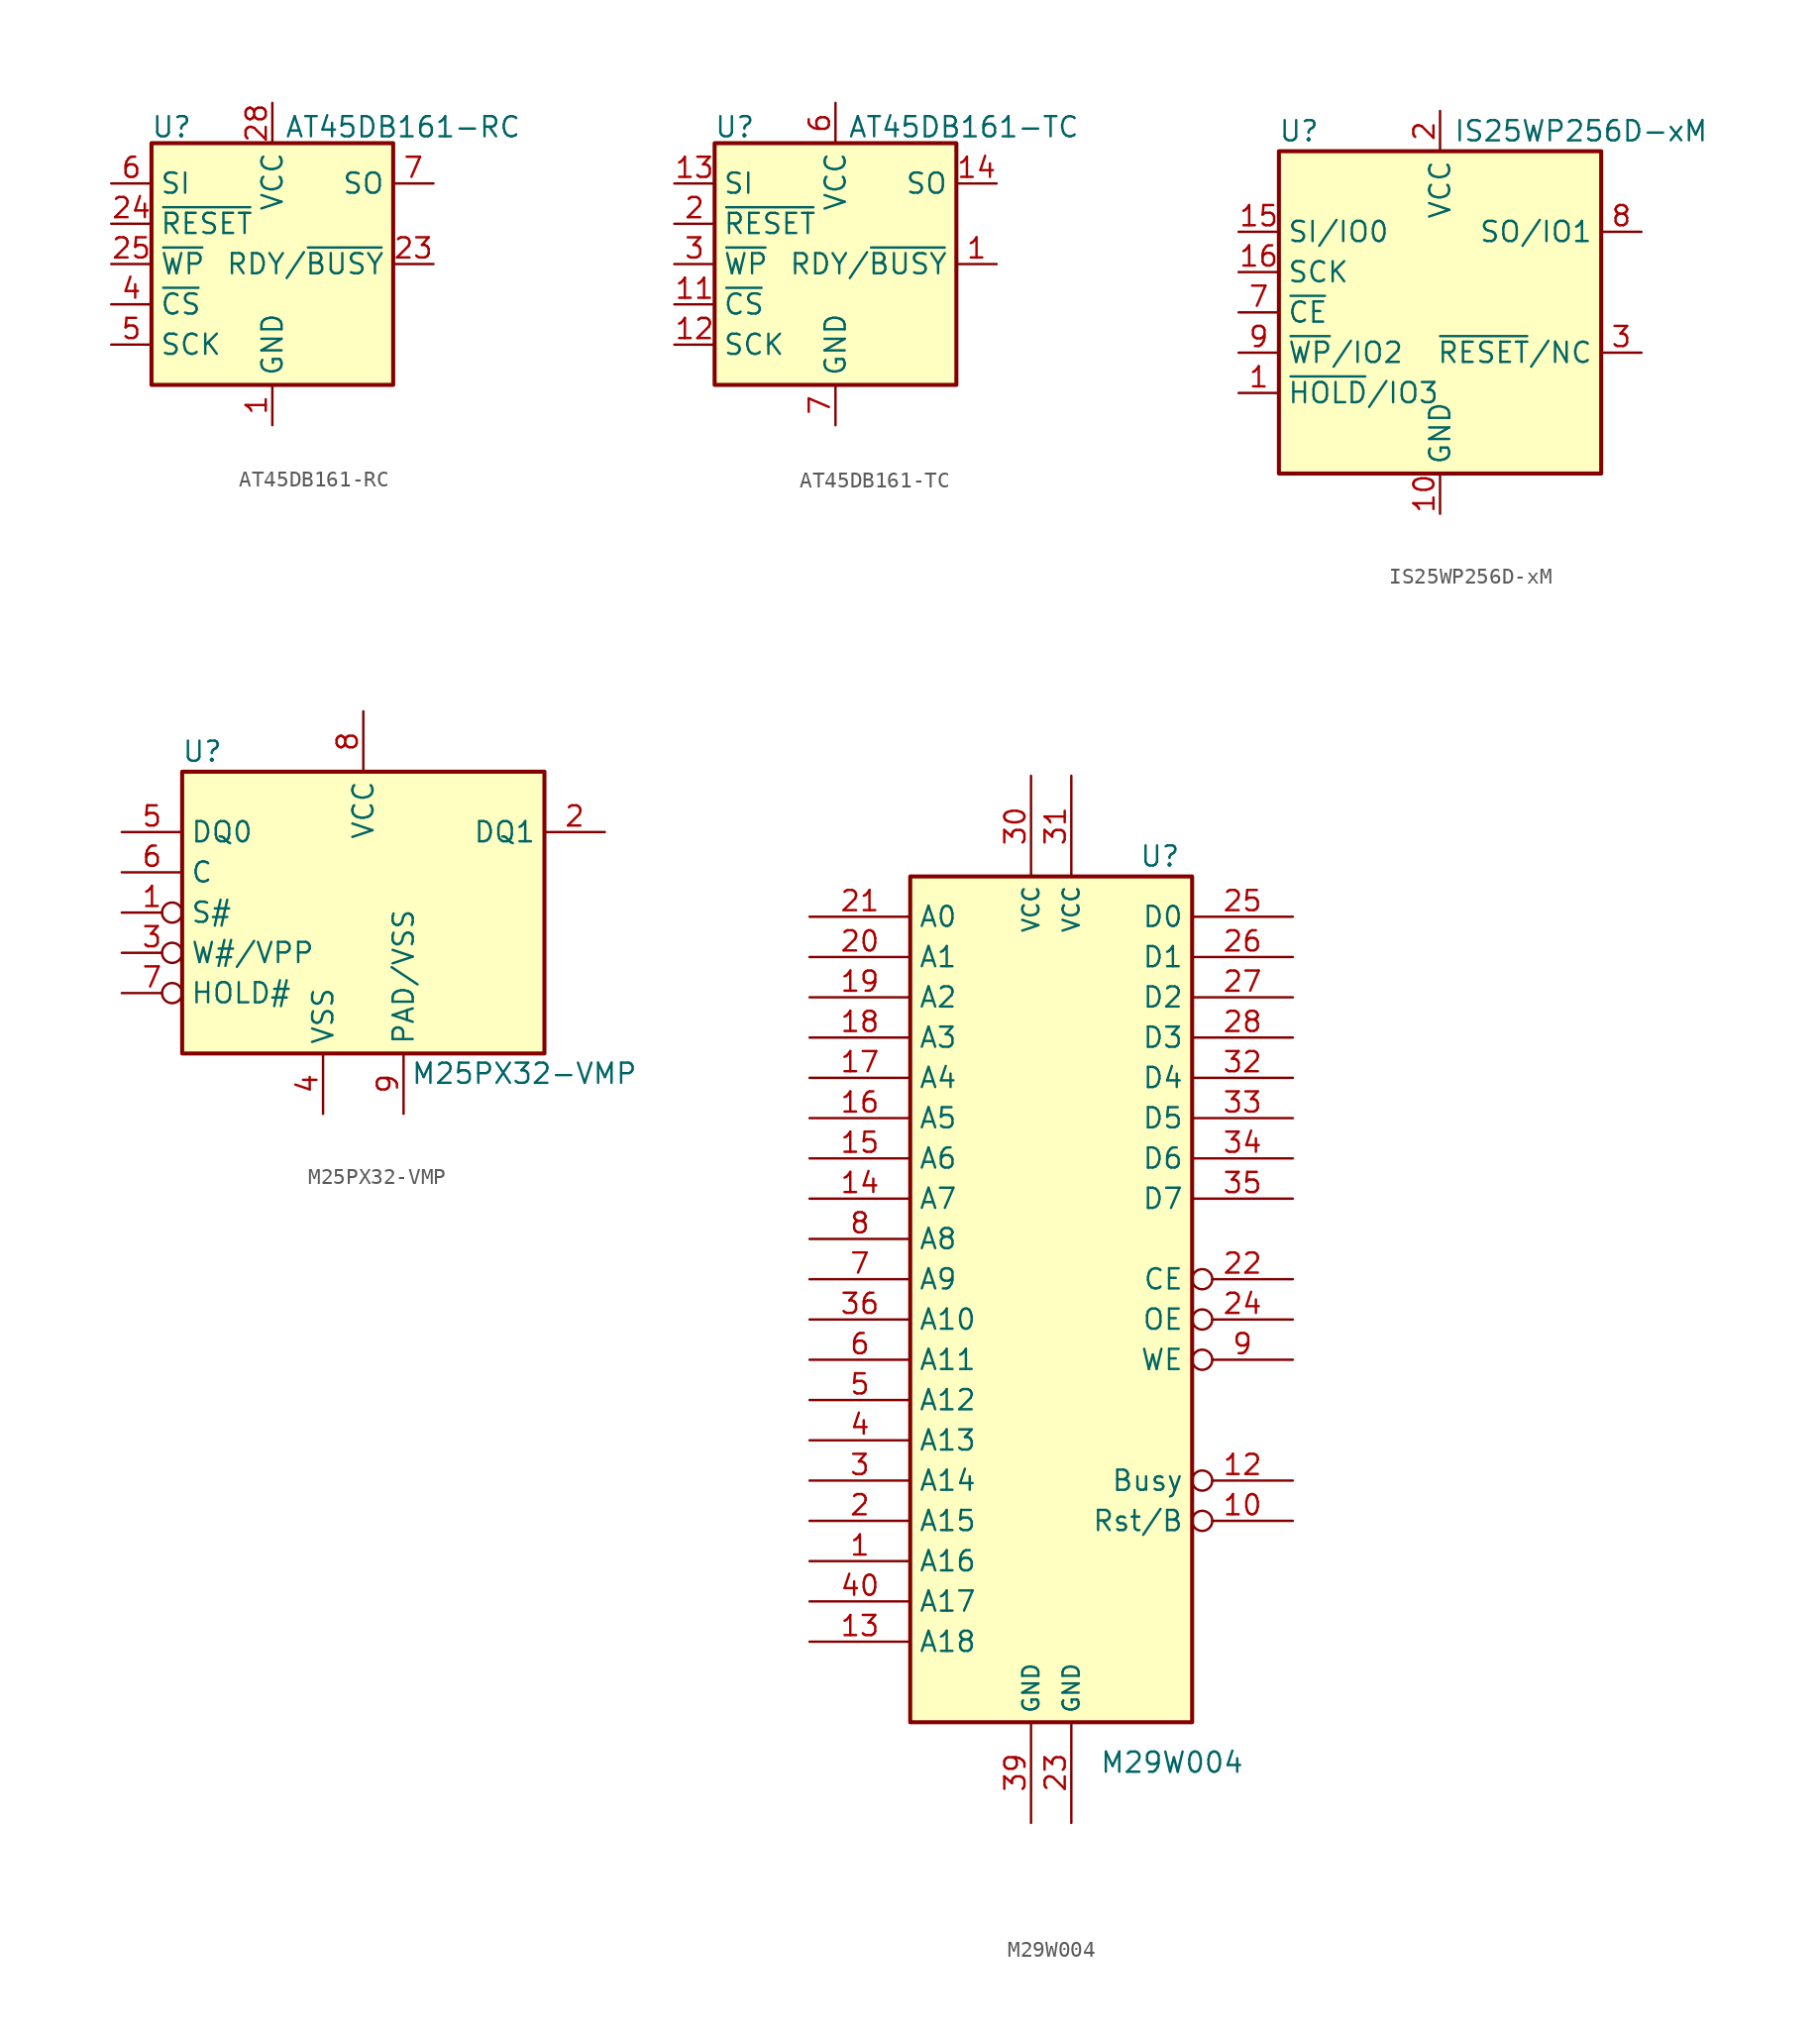
<source format=kicad_sym>
(kicad_symbol_lib
  (version 20200820)
  (host kicad_symbol_editor "5.99.0-a2341f0f33-1-1")
  (symbol "Memory_Flash:AT45DB161-RC"
    (pin_names
      (offset 0.508))
    (property "Reference" "U"
      (at -6.35 8.636 0)
      (effects (font (size 1.27 1.27))))
    (property "Value" "AT45DB161-RC"
      (at 0.762 8.636 0)
      (effects (font (size 1.27 1.27)) (justify left)))
    (symbol "AT45DB161-RC_0_1"
      (rectangle (start -7.62 7.62) (end 7.62 -7.62) (stroke (width 0.254)) (fill (type background))))
    (symbol "AT45DB161-RC_1_1"
      (pin power_in line (at 0 -10.16 90) (length 2.54) (name "GND" (effects (font (size 1.27 1.27)))) (number "1" (effects (font (size 1.27 1.27)))))
      (pin output line (at 10.16 0 180) (length 2.54) (name "RDY/~BUSY" (effects (font (size 1.27 1.27)))) (number "23" (effects (font (size 1.27 1.27)))))
      (pin input line (at -10.16 2.54 0) (length 2.54) (name "~RESET" (effects (font (size 1.27 1.27)))) (number "24" (effects (font (size 1.27 1.27)))))
      (pin input line (at -10.16 0 0) (length 2.54) (name "~WP" (effects (font (size 1.27 1.27)))) (number "25" (effects (font (size 1.27 1.27)))))
      (pin power_in line (at 0 10.16 270) (length 2.54) (name "VCC" (effects (font (size 1.27 1.27)))) (number "28" (effects (font (size 1.27 1.27)))))
      (pin input line (at -10.16 -2.54 0) (length 2.54) (name "~CS" (effects (font (size 1.27 1.27)))) (number "4" (effects (font (size 1.27 1.27)))))
      (pin input line (at -10.16 -5.08 0) (length 2.54) (name "SCK" (effects (font (size 1.27 1.27)))) (number "5" (effects (font (size 1.27 1.27)))))
      (pin input line (at -10.16 5.08 0) (length 2.54) (name "SI" (effects (font (size 1.27 1.27)))) (number "6" (effects (font (size 1.27 1.27)))))
      (pin output line (at 10.16 5.08 180) (length 2.54) (name "SO" (effects (font (size 1.27 1.27)))) (number "7" (effects (font (size 1.27 1.27)))))))
  (symbol "Memory_Flash:AT45DB161-TC"
    (pin_names
      (offset 0.508))
    (property "Reference" "U"
      (at -6.35 8.636 0)
      (effects (font (size 1.27 1.27))))
    (property "Value" "AT45DB161-TC"
      (at 0.762 8.636 0)
      (effects (font (size 1.27 1.27)) (justify left)))
    (symbol "AT45DB161-TC_0_1"
      (rectangle (start -7.62 7.62) (end 7.62 -7.62) (stroke (width 0.254)) (fill (type background))))
    (symbol "AT45DB161-TC_1_1"
      (pin output line (at 10.16 0 180) (length 2.54) (name "RDY/~BUSY" (effects (font (size 1.27 1.27)))) (number "1" (effects (font (size 1.27 1.27)))))
      (pin input line (at -10.16 -2.54 0) (length 2.54) (name "~CS" (effects (font (size 1.27 1.27)))) (number "11" (effects (font (size 1.27 1.27)))))
      (pin input line (at -10.16 -5.08 0) (length 2.54) (name "SCK" (effects (font (size 1.27 1.27)))) (number "12" (effects (font (size 1.27 1.27)))))
      (pin input line (at -10.16 5.08 0) (length 2.54) (name "SI" (effects (font (size 1.27 1.27)))) (number "13" (effects (font (size 1.27 1.27)))))
      (pin output line (at 10.16 5.08 180) (length 2.54) (name "SO" (effects (font (size 1.27 1.27)))) (number "14" (effects (font (size 1.27 1.27)))))
      (pin input line (at -10.16 2.54 0) (length 2.54) (name "~RESET" (effects (font (size 1.27 1.27)))) (number "2" (effects (font (size 1.27 1.27)))))
      (pin input line (at -10.16 0 0) (length 2.54) (name "~WP" (effects (font (size 1.27 1.27)))) (number "3" (effects (font (size 1.27 1.27)))))
      (pin power_in line (at 0 10.16 270) (length 2.54) (name "VCC" (effects (font (size 1.27 1.27)))) (number "6" (effects (font (size 1.27 1.27)))))
      (pin power_in line (at 0 -10.16 90) (length 2.54) (name "GND" (effects (font (size 1.27 1.27)))) (number "7" (effects (font (size 1.27 1.27)))))))
  (symbol "Memory_Flash:IS25WP256D-xM"
    (pin_names
      (offset 0.508))
    (property "Reference" "U"
      (at -8.89 11.43 0)
      (effects (font (size 1.27 1.27))))
    (property "Value" "IS25WP256D-xM"
      (at 8.89 11.43 0)
      (effects (font (size 1.27 1.27))))
    (symbol "IS25WP256D-xM_0_1"
      (rectangle (start 10.16 -10.16) (end -10.16 10.16) (stroke (width 0.254)) (fill (type background)))
      (pin bidirectional line (at -12.7 -5.08 0) (length 2.54) (name "~HOLD~/IO3" (effects (font (size 1.27 1.27)))) (number "1" (effects (font (size 1.27 1.27)))))
      (pin power_in line (at 0 -12.7 90) (length 2.54) (name "GND" (effects (font (size 1.27 1.27)))) (number "10" (effects (font (size 1.27 1.27)))))
      (pin unconnected line (at 10.16 0 180) (length 2.54) hide (name "NC" (effects (font (size 1.27 1.27)))) (number "11" (effects (font (size 1.27 1.27)))))
      (pin unconnected line (at 10.16 -5.08 180) (length 2.54) hide (name "NC" (effects (font (size 1.27 1.27)))) (number "12" (effects (font (size 1.27 1.27)))))
      (pin unconnected line (at 10.16 7.62 180) (length 2.54) hide (name "NC" (effects (font (size 1.27 1.27)))) (number "13" (effects (font (size 1.27 1.27)))))
      (pin unconnected line (at 10.16 -7.62 180) (length 2.54) hide (name "NC" (effects (font (size 1.27 1.27)))) (number "14" (effects (font (size 1.27 1.27)))))
      (pin bidirectional line (at -12.7 5.08 0) (length 2.54) (name "SI/IO0" (effects (font (size 1.27 1.27)))) (number "15" (effects (font (size 1.27 1.27)))))
      (pin input line (at -12.7 2.54 0) (length 2.54) (name "SCK" (effects (font (size 1.27 1.27)))) (number "16" (effects (font (size 1.27 1.27)))))
      (pin power_in line (at 0 12.7 270) (length 2.54) (name "VCC" (effects (font (size 1.27 1.27)))) (number "2" (effects (font (size 1.27 1.27)))))
      (pin input line (at 12.7 -2.54 180) (length 2.54) (name "~RESET~/NC" (effects (font (size 1.27 1.27)))) (number "3" (effects (font (size 1.27 1.27)))))
      (pin unconnected line (at -10.16 7.62 0) (length 2.54) hide (name "NC" (effects (font (size 1.27 1.27)))) (number "4" (effects (font (size 1.27 1.27)))))
      (pin unconnected line (at -10.16 -7.62 0) (length 2.54) hide (name "NC" (effects (font (size 1.27 1.27)))) (number "5" (effects (font (size 1.27 1.27)))))
      (pin unconnected line (at 10.16 2.54 180) (length 2.54) hide (name "NC" (effects (font (size 1.27 1.27)))) (number "6" (effects (font (size 1.27 1.27)))))
      (pin input line (at -12.7 0 0) (length 2.54) (name "~CE" (effects (font (size 1.27 1.27)))) (number "7" (effects (font (size 1.27 1.27)))))
      (pin bidirectional line (at 12.7 5.08 180) (length 2.54) (name "SO/IO1" (effects (font (size 1.27 1.27)))) (number "8" (effects (font (size 1.27 1.27)))))
      (pin bidirectional line (at -12.7 -2.54 0) (length 2.54) (name "~WP~/IO2" (effects (font (size 1.27 1.27)))) (number "9" (effects (font (size 1.27 1.27)))))))
  (symbol "Memory_Flash:M25PX32-VMP"
    (pin_names
      (offset 0.508))
    (property "Reference" "U"
      (at -10.16 10.16 0)
      (effects (font (size 1.27 1.27))))
    (property "Value" "M25PX32-VMP"
      (at 10.16 -10.16 0)
      (effects (font (size 1.27 1.27))))
    (symbol "M25PX32-VMP_0_1"
      (rectangle (start -11.43 8.89) (end 11.43 -8.89) (stroke (width 0.254)) (fill (type background))))
    (symbol "M25PX32-VMP_1_1"
      (pin input inverted (at -15.24 0 0) (length 3.81) (name "S#" (effects (font (size 1.27 1.27)))) (number "1" (effects (font (size 1.27 1.27)))))
      (pin bidirectional line (at 15.24 5.08 180) (length 3.81) (name "DQ1" (effects (font (size 1.27 1.27)))) (number "2" (effects (font (size 1.27 1.27)))))
      (pin input inverted (at -15.24 -2.54 0) (length 3.81) (name "W#/VPP" (effects (font (size 1.27 1.27)))) (number "3" (effects (font (size 1.27 1.27)))))
      (pin power_in line (at -2.54 -12.7 90) (length 3.81) (name "VSS" (effects (font (size 1.27 1.27)))) (number "4" (effects (font (size 1.27 1.27)))))
      (pin bidirectional line (at -15.24 5.08 0) (length 3.81) (name "DQ0" (effects (font (size 1.27 1.27)))) (number "5" (effects (font (size 1.27 1.27)))))
      (pin input line (at -15.24 2.54 0) (length 3.81) (name "C" (effects (font (size 1.27 1.27)))) (number "6" (effects (font (size 1.27 1.27)))))
      (pin input inverted (at -15.24 -5.08 0) (length 3.81) (name "HOLD#" (effects (font (size 1.27 1.27)))) (number "7" (effects (font (size 1.27 1.27)))))
      (pin power_in line (at 0 12.7 270) (length 3.81) (name "VCC" (effects (font (size 1.27 1.27)))) (number "8" (effects (font (size 1.27 1.27)))))
      (pin power_in line (at 2.54 -12.7 90) (length 3.81) (name "PAD/VSS" (effects (font (size 1.27 1.27)))) (number "9" (effects (font (size 1.27 1.27)))))))
  (symbol "Memory_Flash:M29W004"
    (pin_names
      (offset 0.508))
    (property "Reference" "U"
      (at 6.858 27.94 0)
      (effects (font (size 1.27 1.27))))
    (property "Value" "M29W004"
      (at 7.62 -29.21 0)
      (effects (font (size 1.27 1.27))))
    (symbol "M29W004_0_1"
      (rectangle (start -8.89 26.67) (end 8.89 -26.67) (stroke (width 0.254)) (fill (type background))))
    (symbol "M29W004_1_1"
      (pin input line (at -15.24 -16.51 0) (length 6.35) (name "A16" (effects (font (size 1.27 1.27)))) (number "1" (effects (font (size 1.27 1.27)))))
      (pin input inverted (at 15.24 -13.97 180) (length 6.35) (name "Rst/B" (effects (font (size 1.27 1.27)))) (number "10" (effects (font (size 1.27 1.27)))))
      (pin output inverted (at 15.24 -11.43 180) (length 6.35) (name "Busy" (effects (font (size 1.27 1.27)))) (number "12" (effects (font (size 1.27 1.27)))))
      (pin input line (at -15.24 -21.59 0) (length 6.35) (name "A18" (effects (font (size 1.27 1.27)))) (number "13" (effects (font (size 1.27 1.27)))))
      (pin input line (at -15.24 6.35 0) (length 6.35) (name "A7" (effects (font (size 1.27 1.27)))) (number "14" (effects (font (size 1.27 1.27)))))
      (pin input line (at -15.24 8.89 0) (length 6.35) (name "A6" (effects (font (size 1.27 1.27)))) (number "15" (effects (font (size 1.27 1.27)))))
      (pin input line (at -15.24 11.43 0) (length 6.35) (name "A5" (effects (font (size 1.27 1.27)))) (number "16" (effects (font (size 1.27 1.27)))))
      (pin input line (at -15.24 13.97 0) (length 6.35) (name "A4" (effects (font (size 1.27 1.27)))) (number "17" (effects (font (size 1.27 1.27)))))
      (pin input line (at -15.24 16.51 0) (length 6.35) (name "A3" (effects (font (size 1.27 1.27)))) (number "18" (effects (font (size 1.27 1.27)))))
      (pin input line (at -15.24 19.05 0) (length 6.35) (name "A2" (effects (font (size 1.27 1.27)))) (number "19" (effects (font (size 1.27 1.27)))))
      (pin input line (at -15.24 -13.97 0) (length 6.35) (name "A15" (effects (font (size 1.27 1.27)))) (number "2" (effects (font (size 1.27 1.27)))))
      (pin input line (at -15.24 21.59 0) (length 6.35) (name "A1" (effects (font (size 1.27 1.27)))) (number "20" (effects (font (size 1.27 1.27)))))
      (pin input line (at -15.24 24.13 0) (length 6.35) (name "A0" (effects (font (size 1.27 1.27)))) (number "21" (effects (font (size 1.27 1.27)))))
      (pin input inverted (at 15.24 1.27 180) (length 6.35) (name "CE" (effects (font (size 1.27 1.27)))) (number "22" (effects (font (size 1.27 1.27)))))
      (pin power_in line (at 1.27 -33.02 90) (length 6.35) (name "GND" (effects (font (size 1.016 1.016)))) (number "23" (effects (font (size 1.27 1.27)))))
      (pin input inverted (at 15.24 -1.27 180) (length 6.35) (name "OE" (effects (font (size 1.27 1.27)))) (number "24" (effects (font (size 1.27 1.27)))))
      (pin tri_state line (at 15.24 24.13 180) (length 6.35) (name "D0" (effects (font (size 1.27 1.27)))) (number "25" (effects (font (size 1.27 1.27)))))
      (pin tri_state line (at 15.24 21.59 180) (length 6.35) (name "D1" (effects (font (size 1.27 1.27)))) (number "26" (effects (font (size 1.27 1.27)))))
      (pin tri_state line (at 15.24 19.05 180) (length 6.35) (name "D2" (effects (font (size 1.27 1.27)))) (number "27" (effects (font (size 1.27 1.27)))))
      (pin tri_state line (at 15.24 16.51 180) (length 6.35) (name "D3" (effects (font (size 1.27 1.27)))) (number "28" (effects (font (size 1.27 1.27)))))
      (pin input line (at -15.24 -11.43 0) (length 6.35) (name "A14" (effects (font (size 1.27 1.27)))) (number "3" (effects (font (size 1.27 1.27)))))
      (pin power_in line (at -1.27 33.02 270) (length 6.35) (name "VCC" (effects (font (size 1.016 1.016)))) (number "30" (effects (font (size 1.27 1.27)))))
      (pin power_in line (at 1.27 33.02 270) (length 6.35) (name "VCC" (effects (font (size 1.016 1.016)))) (number "31" (effects (font (size 1.27 1.27)))))
      (pin tri_state line (at 15.24 13.97 180) (length 6.35) (name "D4" (effects (font (size 1.27 1.27)))) (number "32" (effects (font (size 1.27 1.27)))))
      (pin tri_state line (at 15.24 11.43 180) (length 6.35) (name "D5" (effects (font (size 1.27 1.27)))) (number "33" (effects (font (size 1.27 1.27)))))
      (pin tri_state line (at 15.24 8.89 180) (length 6.35) (name "D6" (effects (font (size 1.27 1.27)))) (number "34" (effects (font (size 1.27 1.27)))))
      (pin tri_state line (at 15.24 6.35 180) (length 6.35) (name "D7" (effects (font (size 1.27 1.27)))) (number "35" (effects (font (size 1.27 1.27)))))
      (pin input line (at -15.24 -1.27 0) (length 6.35) (name "A10" (effects (font (size 1.27 1.27)))) (number "36" (effects (font (size 1.27 1.27)))))
      (pin power_in line (at -1.27 -33.02 90) (length 6.35) (name "GND" (effects (font (size 1.016 1.016)))) (number "39" (effects (font (size 1.27 1.27)))))
      (pin input line (at -15.24 -8.89 0) (length 6.35) (name "A13" (effects (font (size 1.27 1.27)))) (number "4" (effects (font (size 1.27 1.27)))))
      (pin input line (at -15.24 -19.05 0) (length 6.35) (name "A17" (effects (font (size 1.27 1.27)))) (number "40" (effects (font (size 1.27 1.27)))))
      (pin input line (at -15.24 -6.35 0) (length 6.35) (name "A12" (effects (font (size 1.27 1.27)))) (number "5" (effects (font (size 1.27 1.27)))))
      (pin input line (at -15.24 -3.81 0) (length 6.35) (name "A11" (effects (font (size 1.27 1.27)))) (number "6" (effects (font (size 1.27 1.27)))))
      (pin input line (at -15.24 1.27 0) (length 6.35) (name "A9" (effects (font (size 1.27 1.27)))) (number "7" (effects (font (size 1.27 1.27)))))
      (pin input line (at -15.24 3.81 0) (length 6.35) (name "A8" (effects (font (size 1.27 1.27)))) (number "8" (effects (font (size 1.27 1.27)))))
      (pin input inverted (at 15.24 -3.81 180) (length 6.35) (name "WE" (effects (font (size 1.27 1.27)))) (number "9" (effects (font (size 1.27 1.27))))))))
</source>
